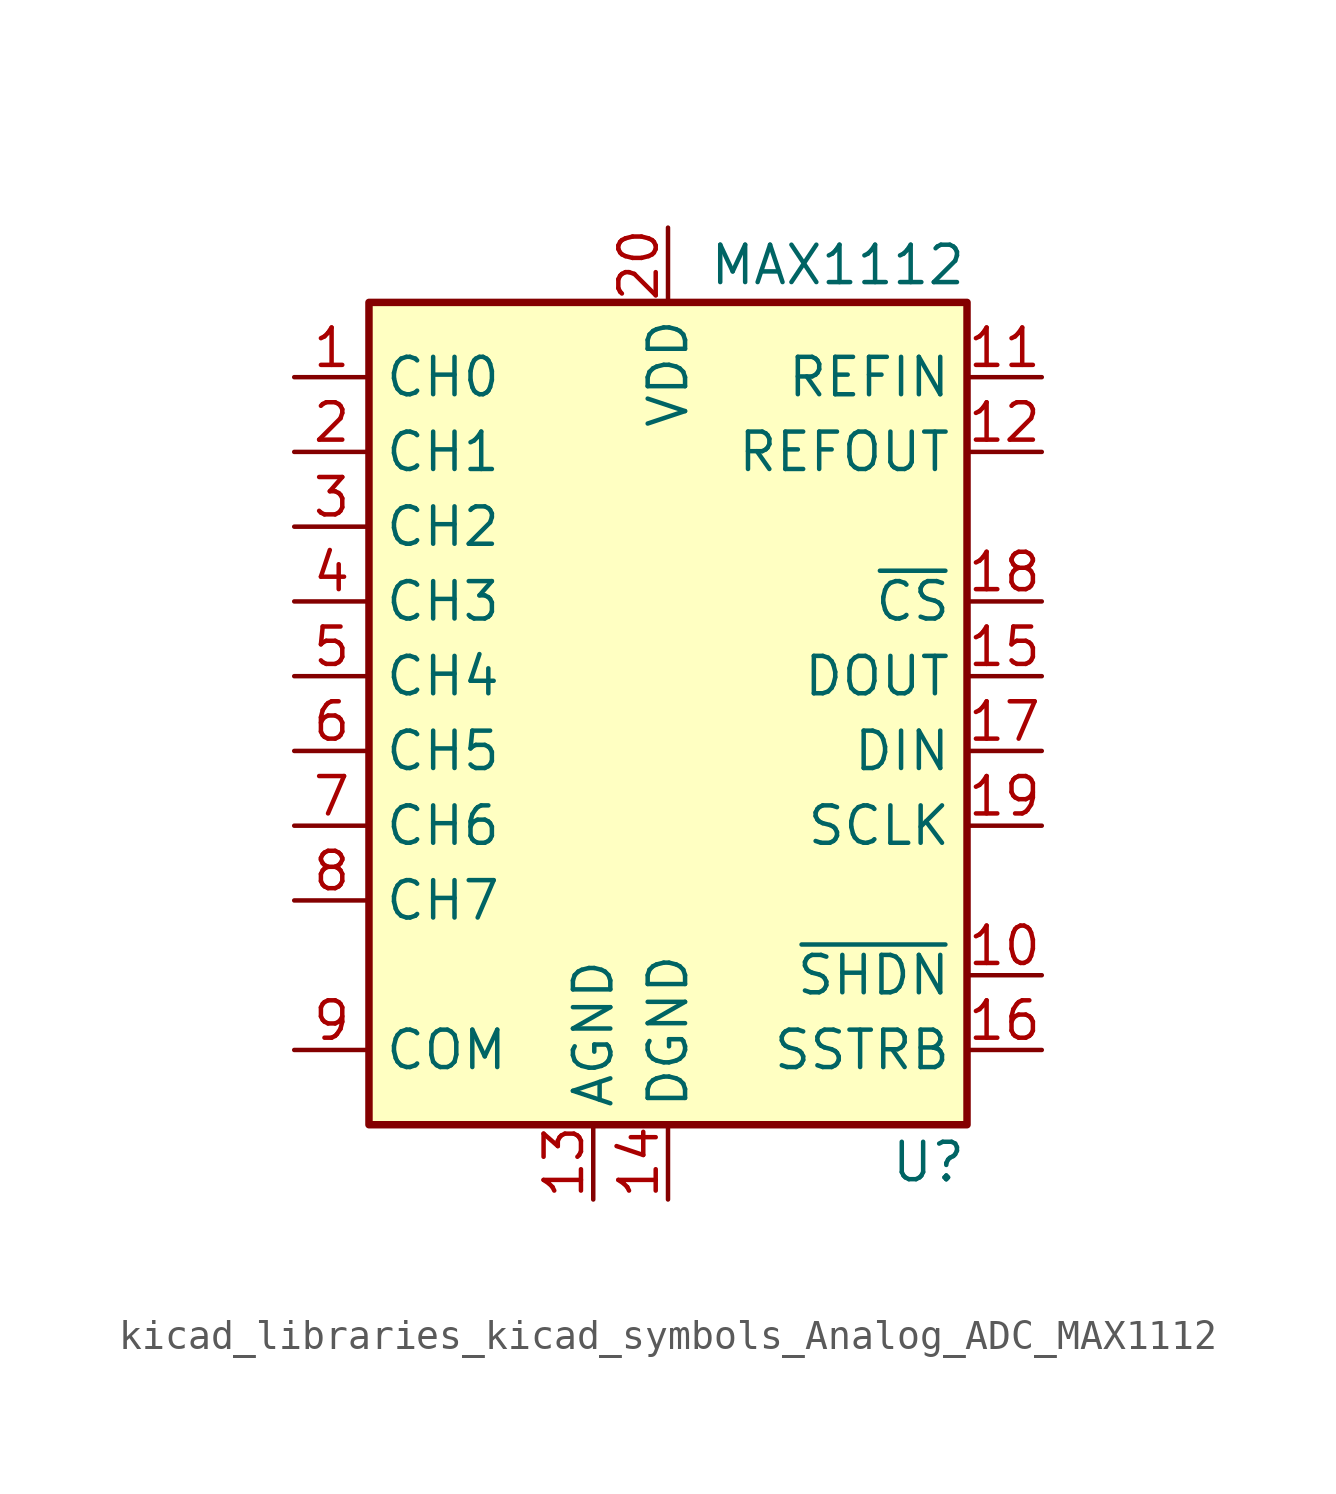
<source format=kicad_sym>
(kicad_symbol_lib
  (version 20220914)
  (generator kicad_symbol_editor)
  (symbol "kicad_libraries_kicad_symbols_Analog_ADC_MAX1112"
    (property "Reference" "U"
      (at 10.16 -13.97 0)
      (effects (font (size 1.27 1.27)) (justify right)))
    (property "Value" "MAX1112"
      (at 10.16 16.51 0)
      (effects (font (size 1.27 1.27)) (justify right)))
    (symbol "kicad_libraries_kicad_symbols_Analog_ADC_MAX1112_0_1"
      (rectangle (start 10.16 15.24) (end -10.16 -12.7) (stroke (width 0.254) (type default)) (fill (type background))))
    (symbol "kicad_libraries_kicad_symbols_Analog_ADC_MAX1112_1_1"
      (pin input line (at -12.7 12.7 0) (length 2.54) (name "CH0" (effects (font (size 1.27 1.27)))) (number "1" (effects (font (size 1.27 1.27)))))
      (pin input line (at 12.7 -7.62 180) (length 2.54) (name "~{SHDN}" (effects (font (size 1.27 1.27)))) (number "10" (effects (font (size 1.27 1.27)))))
      (pin power_in line (at 12.7 12.7 180) (length 2.54) (name "REFIN" (effects (font (size 1.27 1.27)))) (number "11" (effects (font (size 1.27 1.27)))))
      (pin power_out line (at 12.7 10.16 180) (length 2.54) (name "REFOUT" (effects (font (size 1.27 1.27)))) (number "12" (effects (font (size 1.27 1.27)))))
      (pin power_in line (at -2.54 -15.24 90) (length 2.54) (name "AGND" (effects (font (size 1.27 1.27)))) (number "13" (effects (font (size 1.27 1.27)))))
      (pin power_in line (at 0 -15.24 90) (length 2.54) (name "DGND" (effects (font (size 1.27 1.27)))) (number "14" (effects (font (size 1.27 1.27)))))
      (pin output line (at 12.7 2.54 180) (length 2.54) (name "DOUT" (effects (font (size 1.27 1.27)))) (number "15" (effects (font (size 1.27 1.27)))))
      (pin output line (at 12.7 -10.16 180) (length 2.54) (name "SSTRB" (effects (font (size 1.27 1.27)))) (number "16" (effects (font (size 1.27 1.27)))))
      (pin input line (at 12.7 0 180) (length 2.54) (name "DIN" (effects (font (size 1.27 1.27)))) (number "17" (effects (font (size 1.27 1.27)))))
      (pin input line (at 12.7 5.08 180) (length 2.54) (name "~{CS}" (effects (font (size 1.27 1.27)))) (number "18" (effects (font (size 1.27 1.27)))))
      (pin input line (at 12.7 -2.54 180) (length 2.54) (name "SCLK" (effects (font (size 1.27 1.27)))) (number "19" (effects (font (size 1.27 1.27)))))
      (pin input line (at -12.7 10.16 0) (length 2.54) (name "CH1" (effects (font (size 1.27 1.27)))) (number "2" (effects (font (size 1.27 1.27)))))
      (pin power_in line (at 0 17.78 270) (length 2.54) (name "VDD" (effects (font (size 1.27 1.27)))) (number "20" (effects (font (size 1.27 1.27)))))
      (pin input line (at -12.7 7.62 0) (length 2.54) (name "CH2" (effects (font (size 1.27 1.27)))) (number "3" (effects (font (size 1.27 1.27)))))
      (pin input line (at -12.7 5.08 0) (length 2.54) (name "CH3" (effects (font (size 1.27 1.27)))) (number "4" (effects (font (size 1.27 1.27)))))
      (pin input line (at -12.7 2.54 0) (length 2.54) (name "CH4" (effects (font (size 1.27 1.27)))) (number "5" (effects (font (size 1.27 1.27)))))
      (pin input line (at -12.7 0 0) (length 2.54) (name "CH5" (effects (font (size 1.27 1.27)))) (number "6" (effects (font (size 1.27 1.27)))))
      (pin input line (at -12.7 -2.54 0) (length 2.54) (name "CH6" (effects (font (size 1.27 1.27)))) (number "7" (effects (font (size 1.27 1.27)))))
      (pin input line (at -12.7 -5.08 0) (length 2.54) (name "CH7" (effects (font (size 1.27 1.27)))) (number "8" (effects (font (size 1.27 1.27)))))
      (pin power_in line (at -12.7 -10.16 0) (length 2.54) (name "COM" (effects (font (size 1.27 1.27)))) (number "9" (effects (font (size 1.27 1.27))))))))
</source>
